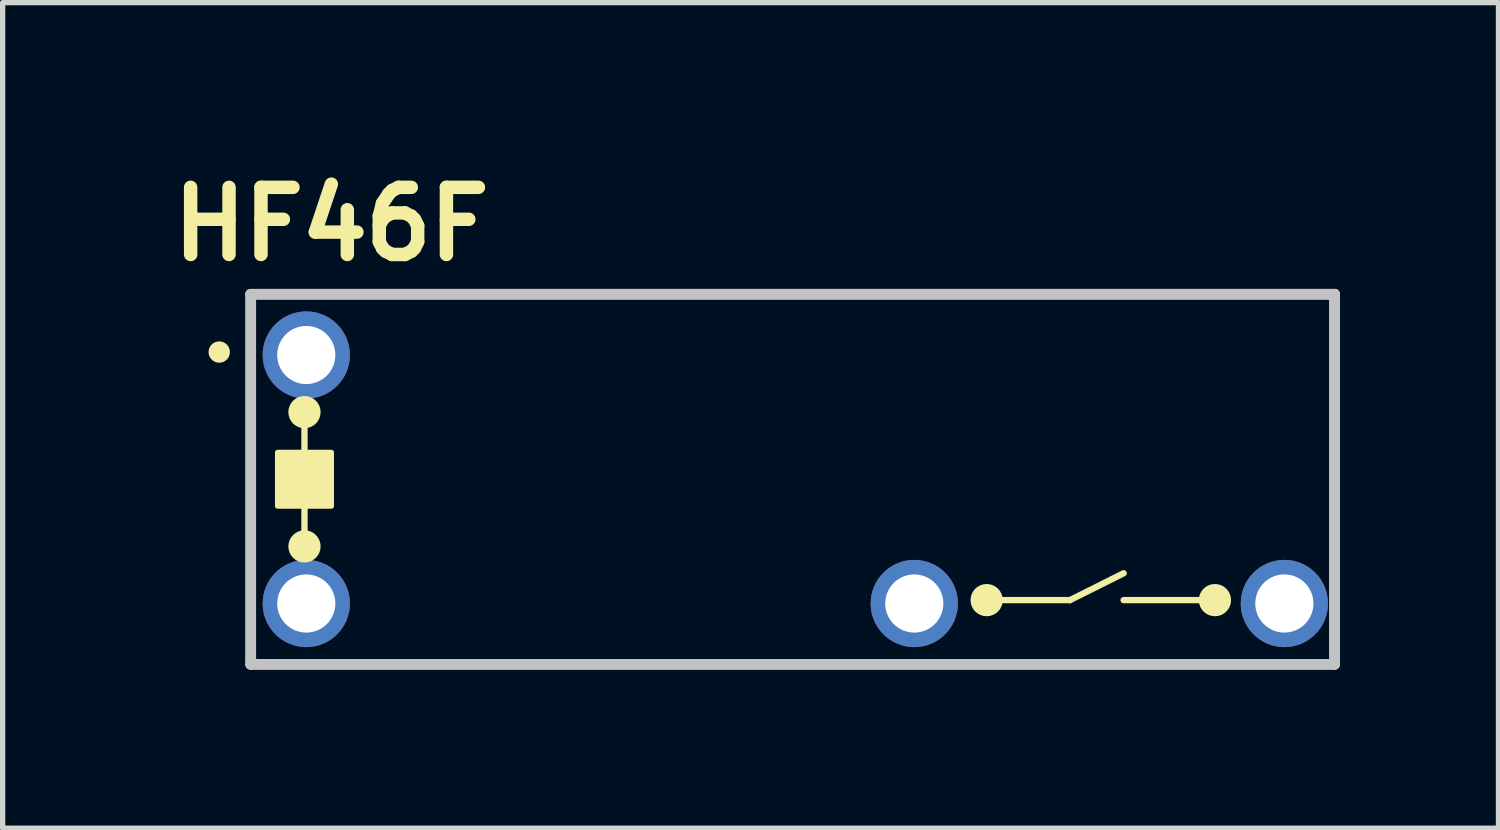
<source format=kicad_pcb>
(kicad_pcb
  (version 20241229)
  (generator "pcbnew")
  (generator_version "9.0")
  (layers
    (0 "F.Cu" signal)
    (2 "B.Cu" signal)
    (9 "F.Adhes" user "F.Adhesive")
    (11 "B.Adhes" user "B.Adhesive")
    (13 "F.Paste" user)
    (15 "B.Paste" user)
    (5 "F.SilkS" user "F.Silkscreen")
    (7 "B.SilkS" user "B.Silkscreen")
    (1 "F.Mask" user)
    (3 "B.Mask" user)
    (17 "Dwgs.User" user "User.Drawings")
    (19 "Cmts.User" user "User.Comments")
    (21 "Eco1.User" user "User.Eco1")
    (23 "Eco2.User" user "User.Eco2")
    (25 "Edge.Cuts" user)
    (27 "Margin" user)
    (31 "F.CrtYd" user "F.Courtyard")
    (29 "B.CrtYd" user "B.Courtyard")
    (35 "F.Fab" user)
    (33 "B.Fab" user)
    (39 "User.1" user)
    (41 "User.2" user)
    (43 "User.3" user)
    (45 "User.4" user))
  (footprint "HF46F"
    (layer "F.Cu")
    (at 1.693 6.015)
    (property "Reference" "HF46F" (at 1.524 -4.826 0) (layer "F.SilkS") (effects (font (size 1.27 1.27) (thickness 0.254))))
    (attr through_hole)
    (fp_line (start 0 -3.5) (end 20.5 -3.5) (stroke (width 0.2) (type solid)) (layer "F.SilkS"))
    (fp_line (start 0 3.5) (end 0 -3.5) (stroke (width 0.2) (type solid)) (layer "F.SilkS"))
    (fp_line (start 1.016 -1.27) (end 1.016 1.27) (stroke (width 0.12) (type solid)) (layer "F.SilkS"))
    (fp_line (start 15.494 2.286) (end 13.919 2.286) (stroke (width 0.12) (type solid)) (layer "F.SilkS"))
    (fp_line (start 15.494 2.286) (end 16.51 1.778) (stroke (width 0.12) (type solid)) (layer "F.SilkS"))
    (fp_line (start 18.237 2.286) (end 16.51 2.286) (stroke (width 0.12) (type solid)) (layer "F.SilkS"))
    (fp_line (start 20.5 -3.5) (end 20.5 3.5) (stroke (width 0.2) (type solid)) (layer "F.SilkS"))
    (fp_line (start 20.5 3.5) (end 0 3.5) (stroke (width 0.2) (type solid)) (layer "F.SilkS"))
    (fp_circle (center -0.596 -2.406) (end -0.596 -2.304) (stroke (width 0.2) (type solid)) (fill no) (layer "F.SilkS"))
    (fp_circle (center 1.016 -1.27) (end 1.067 -1.27) (stroke (width 0.254) (type solid)) (fill no) (layer "F.SilkS"))
    (fp_circle (center 1.016 1.27) (end 1.067 1.27) (stroke (width 0.254) (type solid)) (fill no) (layer "F.SilkS"))
    (fp_circle (center 13.919 2.286) (end 13.97 2.286) (stroke (width 0.254) (type solid)) (fill no) (layer "F.SilkS"))
    (fp_circle (center 18.237 2.286) (end 18.288 2.286) (stroke (width 0.254) (type solid)) (fill no) (layer "F.SilkS"))
    (fp_poly (pts (xy 0.508 -0.508) (xy 0.508 0.508) (xy 1.524 0.508) (xy 1.524 -0.508)) (stroke (width 0.1) (type solid)) (fill yes) (layer "F.SilkS"))
    (fp_line (start 0 -3.5) (end 20.5 -3.5) (stroke (width 0.2) (type solid)) (layer "Dwgs.User"))
    (fp_line (start 0 3.5) (end 0 -3.5) (stroke (width 0.2) (type solid)) (layer "Dwgs.User"))
    (fp_line (start 20.5 -3.5) (end 20.5 3.5) (stroke (width 0.2) (type solid)) (layer "Dwgs.User"))
    (fp_line (start 20.5 3.5) (end 0 3.5) (stroke (width 0.2) (type solid)) (layer "Dwgs.User"))
    (pad "1" thru_hole circle (at 1.05 -2.35) (size 1.65 1.65) (drill 1.1) (layers "*.Cu" "*.Mask"))
    (pad "2" thru_hole circle (at 1.05 2.35) (size 1.65 1.65) (drill 1.1) (layers "*.Cu" "*.Mask"))
    (pad "3" thru_hole circle (at 12.55 2.35) (size 1.65 1.65) (drill 1.1) (layers "*.Cu" "*.Mask"))
    (pad "4" thru_hole circle (at 19.55 2.35) (size 1.65 1.65) (drill 1.1) (layers "*.Cu" "*.Mask")))
  (gr_rect
    (start -3 -3)
    (end 25.293 12.615)
    (stroke (width 0.1) (type default))
    (fill no)
    (layer "Edge.Cuts")))
</source>
